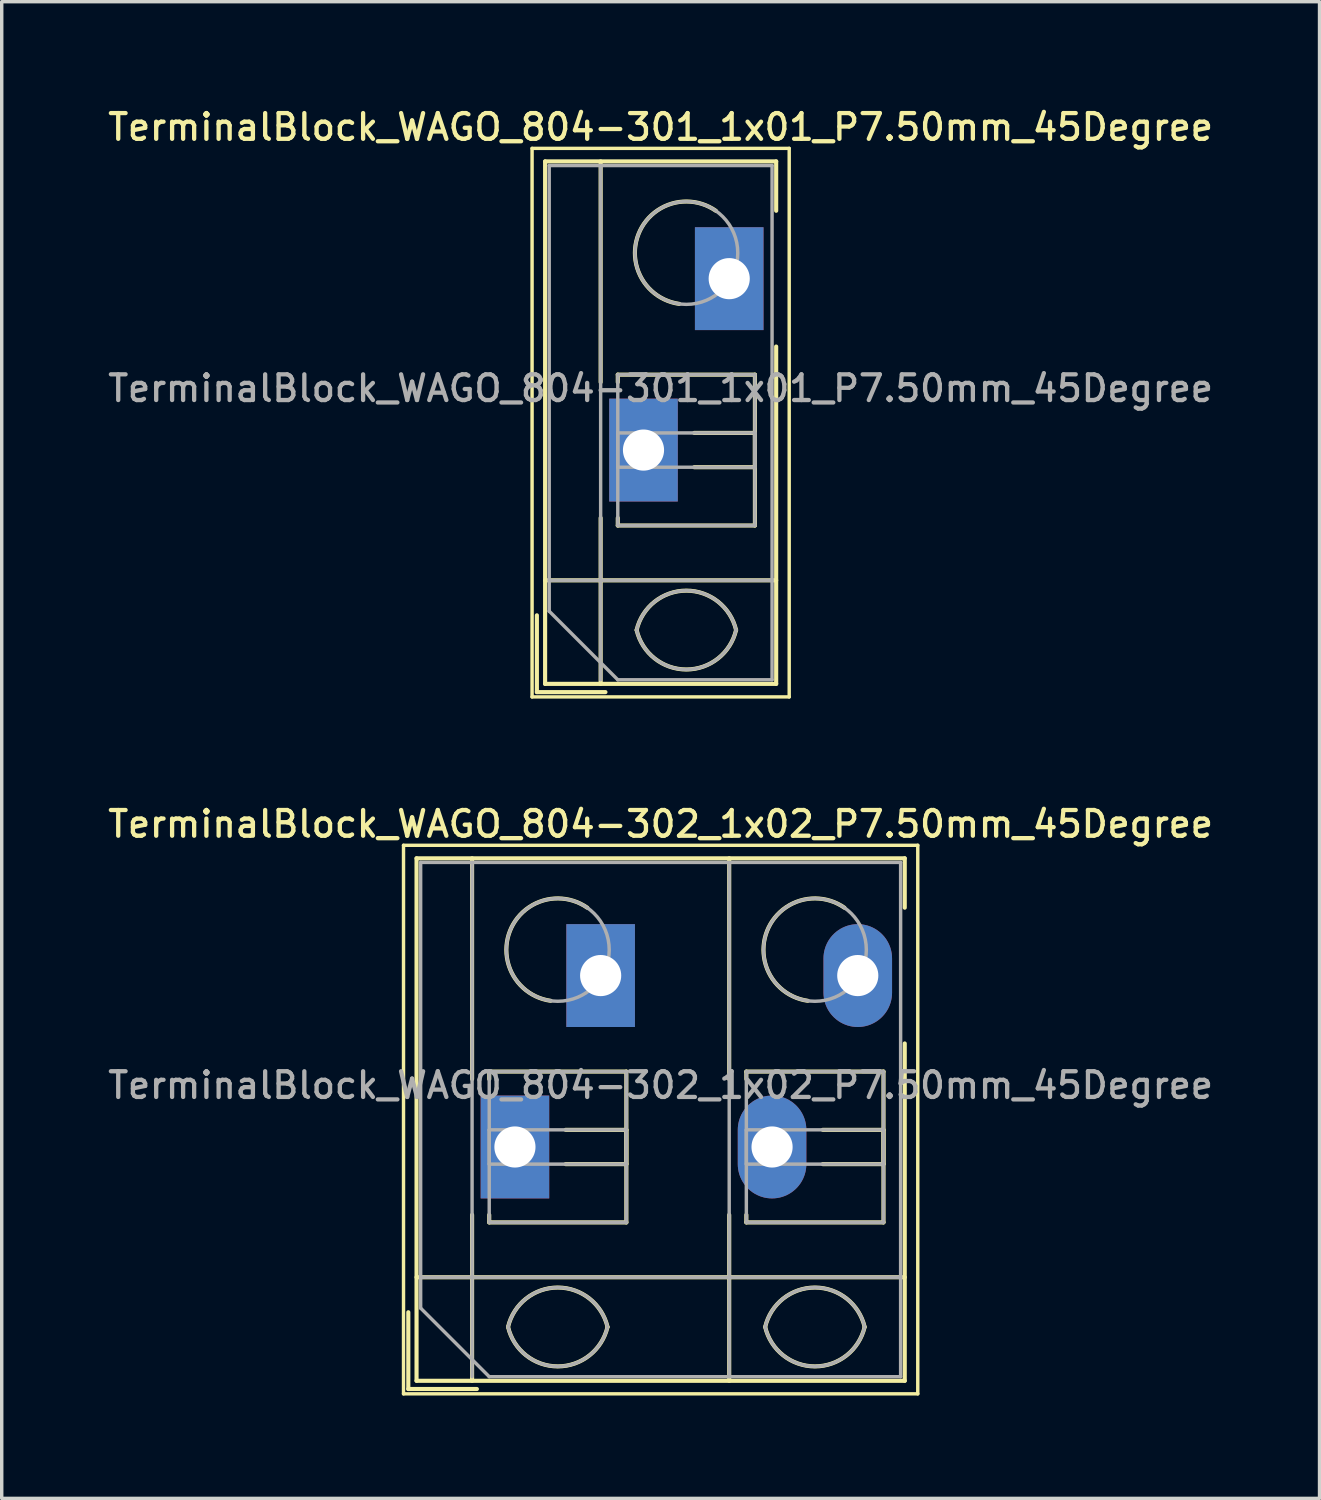
<source format=kicad_pcb>
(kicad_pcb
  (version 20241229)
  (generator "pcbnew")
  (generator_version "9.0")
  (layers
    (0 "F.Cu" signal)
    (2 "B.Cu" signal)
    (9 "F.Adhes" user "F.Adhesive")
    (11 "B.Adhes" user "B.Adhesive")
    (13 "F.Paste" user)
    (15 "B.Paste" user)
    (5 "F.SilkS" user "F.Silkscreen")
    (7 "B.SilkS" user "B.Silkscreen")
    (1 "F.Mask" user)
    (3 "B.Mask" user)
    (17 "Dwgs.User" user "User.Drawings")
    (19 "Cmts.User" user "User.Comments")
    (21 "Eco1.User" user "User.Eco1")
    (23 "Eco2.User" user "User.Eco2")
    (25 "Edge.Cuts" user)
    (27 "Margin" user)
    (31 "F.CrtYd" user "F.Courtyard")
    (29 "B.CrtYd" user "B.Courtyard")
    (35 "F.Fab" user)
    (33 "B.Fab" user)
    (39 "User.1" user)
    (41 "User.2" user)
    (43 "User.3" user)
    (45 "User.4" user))
  (footprint "TerminalBlock_WAGO_804-301_1x01_P7.50mm_45Degree"
    (layer "F.Cu")
    (at 15.72 10.078)
    (property "Reference" "TerminalBlock_WAGO_804-301_1x01_P7.50mm_45Degree" (at 0.5 -9.42 0) (layer "F.SilkS") (effects (font (size 0.75 0.75) (thickness 0.125))))
    (attr through_hole)
    (fp_line (start -3.25 -8.8) (end -3.25 7.2) (stroke (width 0.1) (type solid)) (layer "F.SilkS"))
    (fp_line (start -3.25 7.2) (end 4.25 7.2) (stroke (width 0.1) (type solid)) (layer "F.SilkS"))
    (fp_line (start -3.11 4.82) (end -3.11 7.06) (stroke (width 0.12) (type solid)) (layer "F.SilkS"))
    (fp_line (start -3.11 7.06) (end -1.11 7.06) (stroke (width 0.12) (type solid)) (layer "F.SilkS"))
    (fp_line (start -2.87 -8.42) (end -2.87 6.82) (stroke (width 0.12) (type solid)) (layer "F.SilkS"))
    (fp_line (start -2.87 -8.42) (end 3.87 -8.42) (stroke (width 0.12) (type solid)) (layer "F.SilkS"))
    (fp_line (start -2.87 3.8) (end 3.87 3.8) (stroke (width 0.12) (type solid)) (layer "F.SilkS"))
    (fp_line (start -2.87 6.82) (end 3.87 6.82) (stroke (width 0.12) (type solid)) (layer "F.SilkS"))
    (fp_line (start -1.25 -8.42) (end -1.25 -1.98) (stroke (width 0.12) (type solid)) (layer "F.SilkS"))
    (fp_line (start -1.25 1.98) (end -1.25 6.82) (stroke (width 0.12) (type solid)) (layer "F.SilkS"))
    (fp_line (start -0.75 -2.2) (end -0.75 -1.98) (stroke (width 0.12) (type solid)) (layer "F.SilkS"))
    (fp_line (start -0.75 -2.2) (end 3.25 -2.2) (stroke (width 0.12) (type solid)) (layer "F.SilkS"))
    (fp_line (start -0.75 1.98) (end -0.75 2.2) (stroke (width 0.12) (type solid)) (layer "F.SilkS"))
    (fp_line (start -0.75 2.2) (end 3.25 2.2) (stroke (width 0.12) (type solid)) (layer "F.SilkS"))
    (fp_line (start 1.48 -0.5) (end 3.25 -0.5) (stroke (width 0.12) (type solid)) (layer "F.SilkS"))
    (fp_line (start 1.48 0.5) (end 3.25 0.5) (stroke (width 0.12) (type solid)) (layer "F.SilkS"))
    (fp_line (start 3.25 -2.2) (end 3.25 2.2) (stroke (width 0.12) (type solid)) (layer "F.SilkS"))
    (fp_line (start 3.25 -0.5) (end 3.25 0.5) (stroke (width 0.12) (type solid)) (layer "F.SilkS"))
    (fp_line (start 3.87 -8.42) (end 3.87 -6.98) (stroke (width 0.12) (type solid)) (layer "F.SilkS"))
    (fp_line (start 3.87 -3.02) (end 3.87 6.82) (stroke (width 0.12) (type solid)) (layer "F.SilkS"))
    (fp_line (start 4.25 -8.8) (end -3.25 -8.8) (stroke (width 0.1) (type solid)) (layer "F.SilkS"))
    (fp_line (start 4.25 7.2) (end 4.25 -8.8) (stroke (width 0.1) (type solid)) (layer "F.SilkS"))
    (fp_arc (start -0.200865 5.250424) (mid 1.250296 4.099926) (end 2.701 5.251) (stroke (width 0.12) (type solid)) (layer "F.SilkS"))
    (fp_arc (start 1.040798 -4.264067) (mid -0.146039 -6.300306) (end 2.111 -6.979) (stroke (width 0.12) (type solid)) (layer "F.SilkS"))
    (fp_arc (start 2.7 5.25) (mid 1.250068 6.400101) (end -0.199969 5.250133) (stroke (width 0.12) (type solid)) (layer "F.SilkS"))
    (fp_line (start -2.75 -8.3) (end 3.75 -8.3) (stroke (width 0.1) (type solid)) (layer "F.Fab"))
    (fp_line (start -2.75 3.8) (end 3.75 3.8) (stroke (width 0.1) (type solid)) (layer "F.Fab"))
    (fp_line (start -2.75 4.7) (end -2.75 -8.3) (stroke (width 0.1) (type solid)) (layer "F.Fab"))
    (fp_line (start -1.25 -8.3) (end -1.25 6.7) (stroke (width 0.1) (type solid)) (layer "F.Fab"))
    (fp_line (start -0.75 -2.2) (end -0.75 2.2) (stroke (width 0.1) (type solid)) (layer "F.Fab"))
    (fp_line (start -0.75 -0.5) (end -0.75 0.5) (stroke (width 0.1) (type solid)) (layer "F.Fab"))
    (fp_line (start -0.75 0.5) (end 3.25 0.5) (stroke (width 0.1) (type solid)) (layer "F.Fab"))
    (fp_line (start -0.75 2.2) (end 3.25 2.2) (stroke (width 0.1) (type solid)) (layer "F.Fab"))
    (fp_line (start -0.75 6.7) (end -2.75 4.7) (stroke (width 0.1) (type solid)) (layer "F.Fab"))
    (fp_line (start 3.25 -2.2) (end -0.75 -2.2) (stroke (width 0.1) (type solid)) (layer "F.Fab"))
    (fp_line (start 3.25 -0.5) (end -0.75 -0.5) (stroke (width 0.1) (type solid)) (layer "F.Fab"))
    (fp_line (start 3.25 0.5) (end 3.25 -0.5) (stroke (width 0.1) (type solid)) (layer "F.Fab"))
    (fp_line (start 3.25 2.2) (end 3.25 -2.2) (stroke (width 0.1) (type solid)) (layer "F.Fab"))
    (fp_line (start 3.75 -8.3) (end 3.75 6.7) (stroke (width 0.1) (type solid)) (layer "F.Fab"))
    (fp_line (start 3.75 6.7) (end -0.75 6.7) (stroke (width 0.1) (type solid)) (layer "F.Fab"))
    (fp_arc (start -0.200865 5.250424) (mid 1.250296 4.099926) (end 2.701 5.251) (stroke (width 0.1) (type solid)) (layer "F.Fab"))
    (fp_arc (start 2.7 5.25) (mid 1.250068 6.400101) (end -0.199969 5.250133) (stroke (width 0.1) (type solid)) (layer "F.Fab"))
    (fp_circle (center 1.25 -5.75) (end 2.75 -5.75) (stroke (width 0.1) (type solid)) (fill no) (layer "F.Fab"))
    (fp_text user "${REFERENCE}" (at 0.5 -1.8 0) (layer "F.Fab") (effects (font (size 0.75 0.75) (thickness 0.125))))
    (pad "1" thru_hole rect (at 0 0) (size 2 3) (drill 1.2) (layers "*.Cu" "*.Mask"))
    (pad "1" thru_hole rect (at 2.5 -5) (size 2 3) (drill 1.2) (layers "*.Cu" "*.Mask")))
  (footprint "TerminalBlock_WAGO_804-302_1x02_P7.50mm_45Degree"
    (layer "F.Cu")
    (at 11.97 30.406)
    (property "Reference" "TerminalBlock_WAGO_804-302_1x02_P7.50mm_45Degree" (at 4.25 -9.42 0) (layer "F.SilkS") (effects (font (size 0.75 0.75) (thickness 0.125))))
    (attr through_hole)
    (fp_line (start -3.25 -8.8) (end -3.25 7.2) (stroke (width 0.1) (type solid)) (layer "F.SilkS"))
    (fp_line (start -3.25 7.2) (end 11.75 7.2) (stroke (width 0.1) (type solid)) (layer "F.SilkS"))
    (fp_line (start -3.11 4.82) (end -3.11 7.06) (stroke (width 0.12) (type solid)) (layer "F.SilkS"))
    (fp_line (start -3.11 7.06) (end -1.11 7.06) (stroke (width 0.12) (type solid)) (layer "F.SilkS"))
    (fp_line (start -2.87 -8.42) (end -2.87 6.82) (stroke (width 0.12) (type solid)) (layer "F.SilkS"))
    (fp_line (start -2.87 -8.42) (end 11.37 -8.42) (stroke (width 0.12) (type solid)) (layer "F.SilkS"))
    (fp_line (start -2.87 3.8) (end 11.37 3.8) (stroke (width 0.12) (type solid)) (layer "F.SilkS"))
    (fp_line (start -2.87 6.82) (end 11.37 6.82) (stroke (width 0.12) (type solid)) (layer "F.SilkS"))
    (fp_line (start -1.25 -8.42) (end -1.25 -1.98) (stroke (width 0.12) (type solid)) (layer "F.SilkS"))
    (fp_line (start -1.25 1.98) (end -1.25 6.82) (stroke (width 0.12) (type solid)) (layer "F.SilkS"))
    (fp_line (start -0.75 -2.2) (end -0.75 -1.98) (stroke (width 0.12) (type solid)) (layer "F.SilkS"))
    (fp_line (start -0.75 -2.2) (end 3.25 -2.2) (stroke (width 0.12) (type solid)) (layer "F.SilkS"))
    (fp_line (start -0.75 1.98) (end -0.75 2.2) (stroke (width 0.12) (type solid)) (layer "F.SilkS"))
    (fp_line (start -0.75 2.2) (end 3.25 2.2) (stroke (width 0.12) (type solid)) (layer "F.SilkS"))
    (fp_line (start 1.48 -0.5) (end 3.25 -0.5) (stroke (width 0.12) (type solid)) (layer "F.SilkS"))
    (fp_line (start 1.48 0.5) (end 3.25 0.5) (stroke (width 0.12) (type solid)) (layer "F.SilkS"))
    (fp_line (start 3.25 -2.2) (end 3.25 2.2) (stroke (width 0.12) (type solid)) (layer "F.SilkS"))
    (fp_line (start 3.25 -0.5) (end 3.25 0.5) (stroke (width 0.12) (type solid)) (layer "F.SilkS"))
    (fp_line (start 6.25 -8.42) (end 6.25 -1.98) (stroke (width 0.12) (type solid)) (layer "F.SilkS"))
    (fp_line (start 6.25 1.98) (end 6.25 6.82) (stroke (width 0.12) (type solid)) (layer "F.SilkS"))
    (fp_line (start 6.75 -2.2) (end 6.75 -1.98) (stroke (width 0.12) (type solid)) (layer "F.SilkS"))
    (fp_line (start 6.75 -2.2) (end 10.75 -2.2) (stroke (width 0.12) (type solid)) (layer "F.SilkS"))
    (fp_line (start 6.75 1.98) (end 6.75 2.2) (stroke (width 0.12) (type solid)) (layer "F.SilkS"))
    (fp_line (start 6.75 2.2) (end 10.75 2.2) (stroke (width 0.12) (type solid)) (layer "F.SilkS"))
    (fp_line (start 8.98 -0.5) (end 10.75 -0.5) (stroke (width 0.12) (type solid)) (layer "F.SilkS"))
    (fp_line (start 8.98 0.5) (end 10.75 0.5) (stroke (width 0.12) (type solid)) (layer "F.SilkS"))
    (fp_line (start 10.75 -2.2) (end 10.75 2.2) (stroke (width 0.12) (type solid)) (layer "F.SilkS"))
    (fp_line (start 10.75 -0.5) (end 10.75 0.5) (stroke (width 0.12) (type solid)) (layer "F.SilkS"))
    (fp_line (start 11.37 -8.42) (end 11.37 -6.98) (stroke (width 0.12) (type solid)) (layer "F.SilkS"))
    (fp_line (start 11.37 -3.02) (end 11.37 6.82) (stroke (width 0.12) (type solid)) (layer "F.SilkS"))
    (fp_line (start 11.75 -8.8) (end -3.25 -8.8) (stroke (width 0.1) (type solid)) (layer "F.SilkS"))
    (fp_line (start 11.75 7.2) (end 11.75 -8.8) (stroke (width 0.1) (type solid)) (layer "F.SilkS"))
    (fp_arc (start -0.200865 5.250424) (mid 1.250296 4.099926) (end 2.701 5.251) (stroke (width 0.12) (type solid)) (layer "F.SilkS"))
    (fp_arc (start 1.040798 -4.264067) (mid -0.146039 -6.300306) (end 2.111 -6.979) (stroke (width 0.12) (type solid)) (layer "F.SilkS"))
    (fp_arc (start 2.7 5.25) (mid 1.250068 6.400101) (end -0.199969 5.250133) (stroke (width 0.12) (type solid)) (layer "F.SilkS"))
    (fp_arc (start 7.299135 5.250424) (mid 8.750296 4.099926) (end 10.201 5.251) (stroke (width 0.12) (type solid)) (layer "F.SilkS"))
    (fp_arc (start 8.540798 -4.264067) (mid 7.353961 -6.300306) (end 9.611 -6.979) (stroke (width 0.12) (type solid)) (layer "F.SilkS"))
    (fp_arc (start 10.2 5.25) (mid 8.750068 6.400101) (end 7.300031 5.250133) (stroke (width 0.12) (type solid)) (layer "F.SilkS"))
    (fp_line (start -2.75 -8.3) (end 11.25 -8.3) (stroke (width 0.1) (type solid)) (layer "F.Fab"))
    (fp_line (start -2.75 3.8) (end 11.25 3.8) (stroke (width 0.1) (type solid)) (layer "F.Fab"))
    (fp_line (start -2.75 4.7) (end -2.75 -8.3) (stroke (width 0.1) (type solid)) (layer "F.Fab"))
    (fp_line (start -1.25 -8.3) (end -1.25 6.7) (stroke (width 0.1) (type solid)) (layer "F.Fab"))
    (fp_line (start -0.75 -2.2) (end -0.75 2.2) (stroke (width 0.1) (type solid)) (layer "F.Fab"))
    (fp_line (start -0.75 -0.5) (end -0.75 0.5) (stroke (width 0.1) (type solid)) (layer "F.Fab"))
    (fp_line (start -0.75 0.5) (end 3.25 0.5) (stroke (width 0.1) (type solid)) (layer "F.Fab"))
    (fp_line (start -0.75 2.2) (end 3.25 2.2) (stroke (width 0.1) (type solid)) (layer "F.Fab"))
    (fp_line (start -0.75 6.7) (end -2.75 4.7) (stroke (width 0.1) (type solid)) (layer "F.Fab"))
    (fp_line (start 3.25 -2.2) (end -0.75 -2.2) (stroke (width 0.1) (type solid)) (layer "F.Fab"))
    (fp_line (start 3.25 -0.5) (end -0.75 -0.5) (stroke (width 0.1) (type solid)) (layer "F.Fab"))
    (fp_line (start 3.25 0.5) (end 3.25 -0.5) (stroke (width 0.1) (type solid)) (layer "F.Fab"))
    (fp_line (start 3.25 2.2) (end 3.25 -2.2) (stroke (width 0.1) (type solid)) (layer "F.Fab"))
    (fp_line (start 6.25 -8.3) (end 6.25 6.7) (stroke (width 0.1) (type solid)) (layer "F.Fab"))
    (fp_line (start 6.75 -2.2) (end 6.75 2.2) (stroke (width 0.1) (type solid)) (layer "F.Fab"))
    (fp_line (start 6.75 -0.5) (end 6.75 0.5) (stroke (width 0.1) (type solid)) (layer "F.Fab"))
    (fp_line (start 6.75 0.5) (end 10.75 0.5) (stroke (width 0.1) (type solid)) (layer "F.Fab"))
    (fp_line (start 6.75 2.2) (end 10.75 2.2) (stroke (width 0.1) (type solid)) (layer "F.Fab"))
    (fp_line (start 10.75 -2.2) (end 6.75 -2.2) (stroke (width 0.1) (type solid)) (layer "F.Fab"))
    (fp_line (start 10.75 -0.5) (end 6.75 -0.5) (stroke (width 0.1) (type solid)) (layer "F.Fab"))
    (fp_line (start 10.75 0.5) (end 10.75 -0.5) (stroke (width 0.1) (type solid)) (layer "F.Fab"))
    (fp_line (start 10.75 2.2) (end 10.75 -2.2) (stroke (width 0.1) (type solid)) (layer "F.Fab"))
    (fp_line (start 11.25 -8.3) (end 11.25 6.7) (stroke (width 0.1) (type solid)) (layer "F.Fab"))
    (fp_line (start 11.25 6.7) (end -0.75 6.7) (stroke (width 0.1) (type solid)) (layer "F.Fab"))
    (fp_arc (start -0.200865 5.250424) (mid 1.250296 4.099926) (end 2.701 5.251) (stroke (width 0.1) (type solid)) (layer "F.Fab"))
    (fp_arc (start 2.7 5.25) (mid 1.250068 6.400101) (end -0.199969 5.250133) (stroke (width 0.1) (type solid)) (layer "F.Fab"))
    (fp_arc (start 7.299135 5.250424) (mid 8.750296 4.099926) (end 10.201 5.251) (stroke (width 0.1) (type solid)) (layer "F.Fab"))
    (fp_arc (start 10.2 5.25) (mid 8.750068 6.400101) (end 7.300031 5.250133) (stroke (width 0.1) (type solid)) (layer "F.Fab"))
    (fp_circle (center 1.25 -5.75) (end 2.75 -5.75) (stroke (width 0.1) (type solid)) (fill no) (layer "F.Fab"))
    (fp_circle (center 8.75 -5.75) (end 10.25 -5.75) (stroke (width 0.1) (type solid)) (fill no) (layer "F.Fab"))
    (fp_text user "${REFERENCE}" (at 4.25 -1.8 0) (layer "F.Fab") (effects (font (size 0.75 0.75) (thickness 0.125))))
    (pad "1" thru_hole rect (at 0 0) (size 2 3) (drill 1.2) (layers "*.Cu" "*.Mask"))
    (pad "1" thru_hole rect (at 2.5 -5) (size 2 3) (drill 1.2) (layers "*.Cu" "*.Mask"))
    (pad "2" thru_hole oval (at 7.5 0) (size 2 3) (drill 1.2) (layers "*.Cu" "*.Mask"))
    (pad "2" thru_hole oval (at 10 -5) (size 2 3) (drill 1.2) (layers "*.Cu" "*.Mask")))
  (gr_rect
    (start -3 -3)
    (end 35.439 40.656)
    (stroke (width 0.1) (type default))
    (fill no)
    (layer "Edge.Cuts")))
</source>
